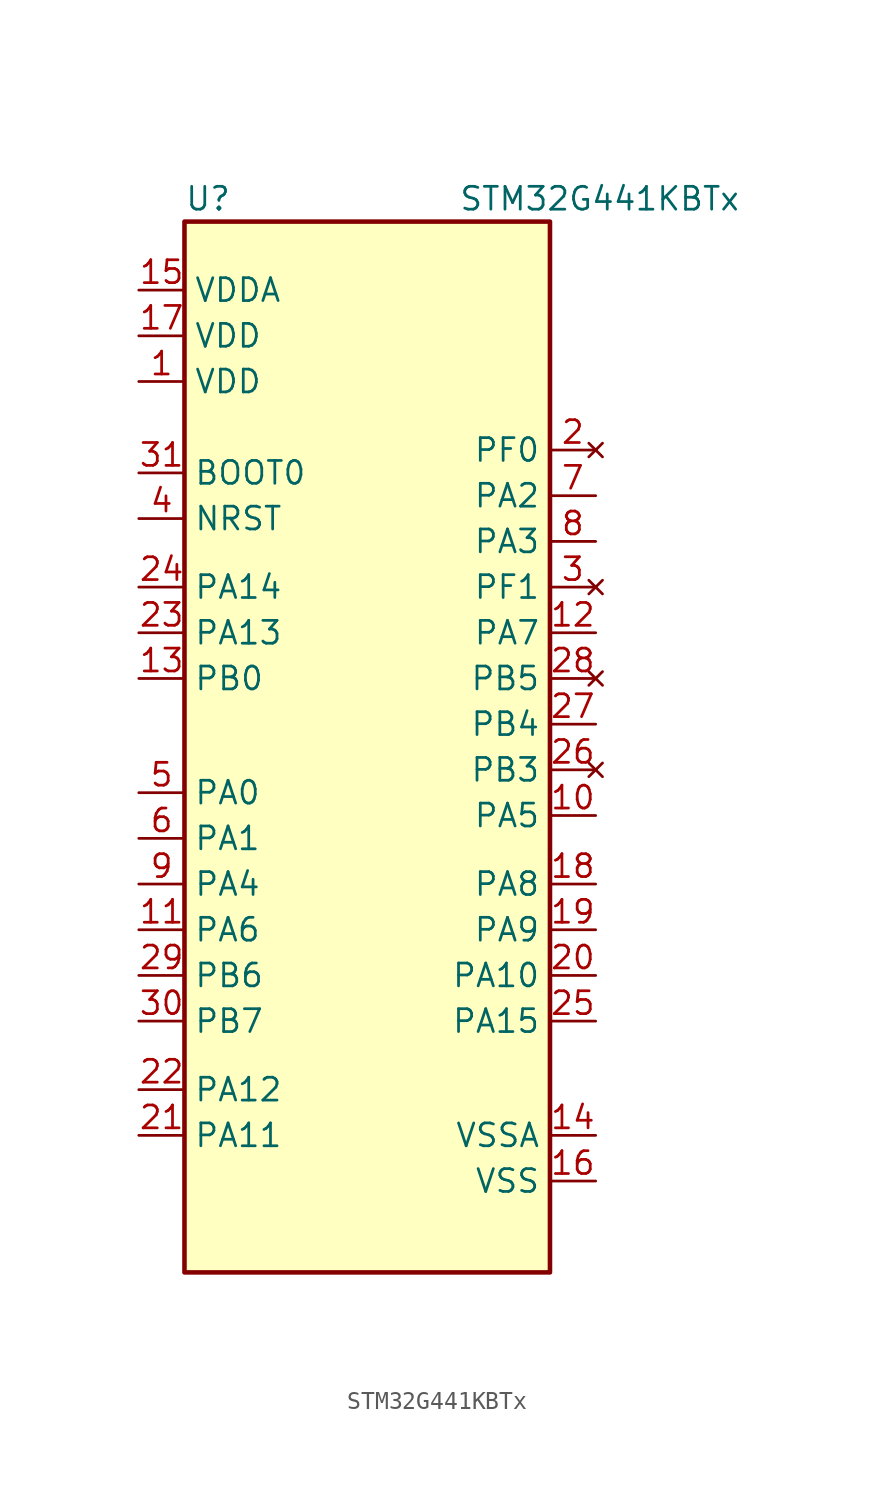
<source format=kicad_sym>
(kicad_symbol_lib
  (version 20241209)
  (generator "kicad_symbol_editor")
  (generator_version "9.0")
  (symbol "STM32G441KBTx"
    (property "Reference" "U"
      (at -10.16 26.67 0)
      (effects (font (size 1.27 1.27)) (justify left)))
    (property "Value" "STM32G441KBTx"
      (at 5.08 26.67 0)
      (effects (font (size 1.27 1.27)) (justify left)))
    (symbol "STM32G441KBTx_0_1"
      (rectangle (start -10.16 25.4) (end 10.16 -33.02) (stroke (width 0.254) (type default)) (fill (type background))))
    (symbol "STM32G441KBTx_1_1"
      (pin passive line (at -12.7 21.59 0) (length 2.54) (name "VDDA" (effects (font (size 1.27 1.27)))) (number "15" (effects (font (size 1.27 1.27)))))
      (pin passive line (at -12.7 19.05 0) (length 2.54) (name "VDD" (effects (font (size 1.27 1.27)))) (number "17" (effects (font (size 1.27 1.27)))))
      (pin passive line (at -12.7 16.51 0) (length 2.54) (name "VDD" (effects (font (size 1.27 1.27)))) (number "1" (effects (font (size 1.27 1.27)))))
      (pin bidirectional line (at -12.7 11.43 0) (length 2.54) (name "BOOT0" (effects (font (size 1.27 1.27)))) (number "31" (effects (font (size 1.27 1.27)))) (alternate "COMP1_OUT" bidirectional line) (alternate "FDCAN1_RX" bidirectional line) (alternate "I2C1_SCL" bidirectional line) (alternate "SAI1_CK1" bidirectional line) (alternate "SAI1_MCLK_A" bidirectional line) (alternate "TIM16_CH1" bidirectional line) (alternate "TIM1_BKIN" bidirectional line) (alternate "TIM4_CH3" bidirectional line) (alternate "TIM8_CH2" bidirectional line))
      (pin bidirectional line (at -12.7 8.89 0) (length 2.54) (name "NRST" (effects (font (size 1.27 1.27)))) (number "4" (effects (font (size 1.27 1.27)))) (alternate "DAC1_EXTI10" bidirectional line) (alternate "DAC3_EXTI10" bidirectional line) (alternate "RCC_MCO" bidirectional line))
      (pin bidirectional line (at -12.7 5.08 0) (length 2.54) (name "PA14" (effects (font (size 1.27 1.27)))) (number "24" (effects (font (size 1.27 1.27)))) (alternate "I2C1_SDA" bidirectional line) (alternate "LPTIM1_OUT" bidirectional line) (alternate "SAI1_FS_B" bidirectional line) (alternate "SYS_JTCK-SWCLK" bidirectional line) (alternate "TIM1_BKIN" bidirectional line) (alternate "TIM8_CH2" bidirectional line) (alternate "USART2_TX" bidirectional line))
      (pin bidirectional line (at -12.7 2.54 0) (length 2.54) (name "PA13" (effects (font (size 1.27 1.27)))) (number "23" (effects (font (size 1.27 1.27)))) (alternate "I2C1_SCL" bidirectional line) (alternate "IR_OUT" bidirectional line) (alternate "SAI1_SD_B" bidirectional line) (alternate "SYS_JTMS-SWDIO" bidirectional line) (alternate "TIM16_CH1N" bidirectional line) (alternate "TIM4_CH3" bidirectional line))
      (pin bidirectional line (at -12.7 0 0) (length 2.54) (name "PB0" (effects (font (size 1.27 1.27)))) (number "13" (effects (font (size 1.27 1.27)))) (alternate "ADC1_IN15" bidirectional line) (alternate "COMP4_INP" bidirectional line) (alternate "OPAMP2_VINP" bidirectional line) (alternate "OPAMP2_VINP_SEC" bidirectional line) (alternate "OPAMP3_VINP" bidirectional line) (alternate "OPAMP3_VINP_SEC" bidirectional line) (alternate "TIM1_CH2N" bidirectional line) (alternate "TIM3_CH3" bidirectional line) (alternate "TIM8_CH2N" bidirectional line) (alternate "UCPD1_FRSTX1" bidirectional line) (alternate "UCPD1_FRSTX2" bidirectional line))
      (pin bidirectional line (at -12.7 -6.35 0) (length 2.54) (name "PA0" (effects (font (size 1.27 1.27)))) (number "5" (effects (font (size 1.27 1.27)))) (alternate "ADC1_IN1" bidirectional line) (alternate "ADC2_IN1" bidirectional line) (alternate "COMP1_INM" bidirectional line) (alternate "COMP1_OUT" bidirectional line) (alternate "COMP3_INP" bidirectional line) (alternate "RTC_TAMP2" bidirectional line) (alternate "SYS_WKUP1" bidirectional line) (alternate "TIM2_CH1" bidirectional line) (alternate "TIM2_ETR" bidirectional line) (alternate "TIM8_BKIN" bidirectional line) (alternate "TIM8_ETR" bidirectional line) (alternate "USART2_CTS" bidirectional line) (alternate "USART2_NSS" bidirectional line))
      (pin bidirectional line (at -12.7 -8.89 0) (length 2.54) (name "PA1" (effects (font (size 1.27 1.27)))) (number "6" (effects (font (size 1.27 1.27)))) (alternate "ADC1_IN2" bidirectional line) (alternate "ADC2_IN2" bidirectional line) (alternate "COMP1_INP" bidirectional line) (alternate "OPAMP1_VINP" bidirectional line) (alternate "OPAMP1_VINP_SEC" bidirectional line) (alternate "OPAMP3_VINP" bidirectional line) (alternate "OPAMP3_VINP_SEC" bidirectional line) (alternate "RTC_REFIN" bidirectional line) (alternate "TIM15_CH1N" bidirectional line) (alternate "TIM2_CH2" bidirectional line) (alternate "USART2_DE" bidirectional line) (alternate "USART2_RTS" bidirectional line))
      (pin bidirectional line (at -12.7 -11.43 0) (length 2.54) (name "PA4" (effects (font (size 1.27 1.27)))) (number "9" (effects (font (size 1.27 1.27)))) (alternate "ADC2_IN17" bidirectional line) (alternate "COMP1_INM" bidirectional line) (alternate "DAC1_OUT1" bidirectional line) (alternate "I2S3_WS" bidirectional line) (alternate "SAI1_FS_B" bidirectional line) (alternate "SPI1_NSS" bidirectional line) (alternate "SPI3_NSS" bidirectional line) (alternate "TIM3_CH2" bidirectional line) (alternate "USART2_CK" bidirectional line))
      (pin bidirectional line (at -12.7 -13.97 0) (length 2.54) (name "PA6" (effects (font (size 1.27 1.27)))) (number "11" (effects (font (size 1.27 1.27)))) (alternate "ADC2_IN3" bidirectional line) (alternate "COMP1_OUT" bidirectional line) (alternate "LPUART1_CTS" bidirectional line) (alternate "OPAMP2_VOUT" bidirectional line) (alternate "SPI1_MISO" bidirectional line) (alternate "TIM16_CH1" bidirectional line) (alternate "TIM1_BKIN" bidirectional line) (alternate "TIM3_CH1" bidirectional line) (alternate "TIM8_BKIN" bidirectional line))
      (pin bidirectional line (at -12.7 -16.51 0) (length 2.54) (name "PB6" (effects (font (size 1.27 1.27)))) (number "29" (effects (font (size 1.27 1.27)))) (alternate "COMP4_OUT" bidirectional line) (alternate "LPTIM1_ETR" bidirectional line) (alternate "SAI1_FS_B" bidirectional line) (alternate "TIM16_CH1N" bidirectional line) (alternate "TIM4_CH1" bidirectional line) (alternate "TIM8_BKIN2" bidirectional line) (alternate "TIM8_CH1" bidirectional line) (alternate "TIM8_ETR" bidirectional line) (alternate "UCPD1_CC1" bidirectional line) (alternate "USART1_TX" bidirectional line))
      (pin bidirectional line (at -12.7 -19.05 0) (length 2.54) (name "PB7" (effects (font (size 1.27 1.27)))) (number "30" (effects (font (size 1.27 1.27)))) (alternate "COMP3_OUT" bidirectional line) (alternate "I2C1_SDA" bidirectional line) (alternate "LPTIM1_IN2" bidirectional line) (alternate "SYS_PVD_IN" bidirectional line) (alternate "TIM17_CH1N" bidirectional line) (alternate "TIM3_CH4" bidirectional line) (alternate "TIM4_CH2" bidirectional line) (alternate "TIM8_BKIN" bidirectional line) (alternate "USART1_RX" bidirectional line))
      (pin bidirectional line (at -12.7 -22.86 0) (length 2.54) (name "PA12" (effects (font (size 1.27 1.27)))) (number "22" (effects (font (size 1.27 1.27)))) (alternate "COMP2_OUT" bidirectional line) (alternate "FDCAN1_TX" bidirectional line) (alternate "I2S_CKIN" bidirectional line) (alternate "TIM16_CH1" bidirectional line) (alternate "TIM1_CH2N" bidirectional line) (alternate "TIM1_ETR" bidirectional line) (alternate "TIM4_CH2" bidirectional line) (alternate "USART1_DE" bidirectional line) (alternate "USART1_RTS" bidirectional line) (alternate "USB_DP" bidirectional line))
      (pin bidirectional line (at -12.7 -25.4 0) (length 2.54) (name "PA11" (effects (font (size 1.27 1.27)))) (number "21" (effects (font (size 1.27 1.27)))) (alternate "ADC1_EXTI11" bidirectional line) (alternate "ADC2_EXTI11" bidirectional line) (alternate "COMP1_OUT" bidirectional line) (alternate "FDCAN1_RX" bidirectional line) (alternate "I2S2_SD" bidirectional line) (alternate "SPI2_MOSI" bidirectional line) (alternate "TIM1_BKIN2" bidirectional line) (alternate "TIM1_CH1N" bidirectional line) (alternate "TIM1_CH4" bidirectional line) (alternate "TIM4_CH1" bidirectional line) (alternate "USART1_CTS" bidirectional line) (alternate "USART1_NSS" bidirectional line) (alternate "USB_DM" bidirectional line))
      (pin no_connect line (at 12.7 12.7 180) (length 2.54) (name "PF0" (effects (font (size 1.27 1.27)))) (number "2" (effects (font (size 1.27 1.27)))) (alternate "ADC1_IN10" bidirectional line) (alternate "I2C2_SDA" bidirectional line) (alternate "I2S2_WS" bidirectional line) (alternate "RCC_OSC_IN" bidirectional line) (alternate "SPI2_NSS" bidirectional line) (alternate "TIM1_CH3N" bidirectional line))
      (pin bidirectional line (at 12.7 10.16 180) (length 2.54) (name "PA2" (effects (font (size 1.27 1.27)))) (number "7" (effects (font (size 1.27 1.27)))) (alternate "ADC1_IN3" bidirectional line) (alternate "COMP2_INM" bidirectional line) (alternate "COMP2_OUT" bidirectional line) (alternate "LPUART1_TX" bidirectional line) (alternate "OPAMP1_VOUT" bidirectional line) (alternate "RCC_LSCO" bidirectional line) (alternate "SYS_WKUP4" bidirectional line) (alternate "TIM15_CH1" bidirectional line) (alternate "TIM2_CH3" bidirectional line) (alternate "UCPD1_FRSTX1" bidirectional line) (alternate "UCPD1_FRSTX2" bidirectional line) (alternate "USART2_TX" bidirectional line))
      (pin bidirectional line (at 12.7 7.62 180) (length 2.54) (name "PA3" (effects (font (size 1.27 1.27)))) (number "8" (effects (font (size 1.27 1.27)))) (alternate "ADC1_IN4" bidirectional line) (alternate "COMP2_INP" bidirectional line) (alternate "LPUART1_RX" bidirectional line) (alternate "OPAMP1_VINM" bidirectional line) (alternate "OPAMP1_VINM0" bidirectional line) (alternate "OPAMP1_VINM_SEC" bidirectional line) (alternate "OPAMP1_VINP" bidirectional line) (alternate "OPAMP1_VINP_SEC" bidirectional line) (alternate "SAI1_CK1" bidirectional line) (alternate "SAI1_MCLK_A" bidirectional line) (alternate "TIM15_CH2" bidirectional line) (alternate "TIM2_CH4" bidirectional line) (alternate "USART2_RX" bidirectional line))
      (pin no_connect line (at 12.7 5.08 180) (length 2.54) (name "PF1" (effects (font (size 1.27 1.27)))) (number "3" (effects (font (size 1.27 1.27)))) (alternate "ADC2_IN10" bidirectional line) (alternate "COMP3_INM" bidirectional line) (alternate "I2S2_CK" bidirectional line) (alternate "RCC_OSC_OUT" bidirectional line) (alternate "SPI2_SCK" bidirectional line))
      (pin bidirectional line (at 12.7 2.54 180) (length 2.54) (name "PA7" (effects (font (size 1.27 1.27)))) (number "12" (effects (font (size 1.27 1.27)))) (alternate "ADC2_IN4" bidirectional line) (alternate "COMP2_INP" bidirectional line) (alternate "COMP2_OUT" bidirectional line) (alternate "OPAMP1_VINP" bidirectional line) (alternate "OPAMP1_VINP_SEC" bidirectional line) (alternate "OPAMP2_VINP" bidirectional line) (alternate "OPAMP2_VINP_SEC" bidirectional line) (alternate "SPI1_MOSI" bidirectional line) (alternate "TIM17_CH1" bidirectional line) (alternate "TIM1_CH1N" bidirectional line) (alternate "TIM3_CH2" bidirectional line) (alternate "TIM8_CH1N" bidirectional line) (alternate "UCPD1_FRSTX1" bidirectional line) (alternate "UCPD1_FRSTX2" bidirectional line))
      (pin no_connect line (at 12.7 0 180) (length 2.54) (name "PB5" (effects (font (size 1.27 1.27)))) (number "28" (effects (font (size 1.27 1.27)))) (alternate "I2C1_SMBA" bidirectional line) (alternate "I2C3_SDA" bidirectional line) (alternate "I2S3_SD" bidirectional line) (alternate "LPTIM1_IN1" bidirectional line) (alternate "SAI1_SD_B" bidirectional line) (alternate "SPI1_MOSI" bidirectional line) (alternate "SPI3_MOSI" bidirectional line) (alternate "TIM16_BKIN" bidirectional line) (alternate "TIM17_CH1" bidirectional line) (alternate "TIM3_CH2" bidirectional line) (alternate "TIM8_CH3N" bidirectional line) (alternate "USART2_CK" bidirectional line))
      (pin bidirectional line (at 12.7 -2.54 180) (length 2.54) (name "PB4" (effects (font (size 1.27 1.27)))) (number "27" (effects (font (size 1.27 1.27)))) (alternate "SAI1_MCLK_B" bidirectional line) (alternate "SPI1_MISO" bidirectional line) (alternate "SPI3_MISO" bidirectional line) (alternate "SYS_JTRST" bidirectional line) (alternate "TIM16_CH1" bidirectional line) (alternate "TIM17_BKIN" bidirectional line) (alternate "TIM3_CH1" bidirectional line) (alternate "TIM8_CH2N" bidirectional line) (alternate "UCPD1_CC2" bidirectional line) (alternate "USART2_RX" bidirectional line))
      (pin no_connect line (at 12.7 -5.08 180) (length 2.54) (name "PB3" (effects (font (size 1.27 1.27)))) (number "26" (effects (font (size 1.27 1.27)))) (alternate "CRS_SYNC" bidirectional line) (alternate "I2S3_CK" bidirectional line) (alternate "SAI1_SCK_B" bidirectional line) (alternate "SPI1_SCK" bidirectional line) (alternate "SPI3_SCK" bidirectional line) (alternate "SYS_JTDO-SWO" bidirectional line) (alternate "TIM2_CH2" bidirectional line) (alternate "TIM3_ETR" bidirectional line) (alternate "TIM4_ETR" bidirectional line) (alternate "TIM8_CH1N" bidirectional line) (alternate "USART2_TX" bidirectional line))
      (pin bidirectional line (at 12.7 -7.62 180) (length 2.54) (name "PA5" (effects (font (size 1.27 1.27)))) (number "10" (effects (font (size 1.27 1.27)))) (alternate "ADC2_IN13" bidirectional line) (alternate "COMP2_INM" bidirectional line) (alternate "DAC1_OUT2" bidirectional line) (alternate "OPAMP2_VINM" bidirectional line) (alternate "OPAMP2_VINM0" bidirectional line) (alternate "OPAMP2_VINM_SEC" bidirectional line) (alternate "SPI1_SCK" bidirectional line) (alternate "TIM2_CH1" bidirectional line) (alternate "TIM2_ETR" bidirectional line) (alternate "UCPD1_FRSTX1" bidirectional line) (alternate "UCPD1_FRSTX2" bidirectional line))
      (pin bidirectional line (at 12.7 -11.43 180) (length 2.54) (name "PA8" (effects (font (size 1.27 1.27)))) (number "18" (effects (font (size 1.27 1.27)))) (alternate "I2C2_SDA" bidirectional line) (alternate "I2C3_SCL" bidirectional line) (alternate "I2S2_MCK" bidirectional line) (alternate "RCC_MCO" bidirectional line) (alternate "SAI1_CK2" bidirectional line) (alternate "SAI1_SCK_A" bidirectional line) (alternate "TIM1_CH1" bidirectional line) (alternate "TIM4_ETR" bidirectional line) (alternate "USART1_CK" bidirectional line))
      (pin bidirectional line (at 12.7 -13.97 180) (length 2.54) (name "PA9" (effects (font (size 1.27 1.27)))) (number "19" (effects (font (size 1.27 1.27)))) (alternate "DAC1_EXTI9" bidirectional line) (alternate "DAC3_EXTI9" bidirectional line) (alternate "I2C2_SCL" bidirectional line) (alternate "I2C3_SMBA" bidirectional line) (alternate "I2S3_MCK" bidirectional line) (alternate "SAI1_FS_A" bidirectional line) (alternate "TIM15_BKIN" bidirectional line) (alternate "TIM1_CH2" bidirectional line) (alternate "TIM2_CH3" bidirectional line) (alternate "UCPD1_DBCC1" bidirectional line) (alternate "USART1_TX" bidirectional line))
      (pin bidirectional line (at 12.7 -16.51 180) (length 2.54) (name "PA10" (effects (font (size 1.27 1.27)))) (number "20" (effects (font (size 1.27 1.27)))) (alternate "CRS_SYNC" bidirectional line) (alternate "DAC1_EXTI10" bidirectional line) (alternate "DAC3_EXTI10" bidirectional line) (alternate "I2C2_SMBA" bidirectional line) (alternate "SAI1_D1" bidirectional line) (alternate "SAI1_SD_A" bidirectional line) (alternate "SPI2_MISO" bidirectional line) (alternate "TIM17_BKIN" bidirectional line) (alternate "TIM1_CH3" bidirectional line) (alternate "TIM2_CH4" bidirectional line) (alternate "TIM8_BKIN" bidirectional line) (alternate "UCPD1_DBCC2" bidirectional line) (alternate "USART1_RX" bidirectional line))
      (pin bidirectional line (at 12.7 -19.05 180) (length 2.54) (name "PA15" (effects (font (size 1.27 1.27)))) (number "25" (effects (font (size 1.27 1.27)))) (alternate "ADC1_EXTI15" bidirectional line) (alternate "ADC2_EXTI15" bidirectional line) (alternate "I2C1_SCL" bidirectional line) (alternate "I2S3_WS" bidirectional line) (alternate "SPI1_NSS" bidirectional line) (alternate "SPI3_NSS" bidirectional line) (alternate "SYS_JTDI" bidirectional line) (alternate "TIM1_BKIN" bidirectional line) (alternate "TIM2_CH1" bidirectional line) (alternate "TIM2_ETR" bidirectional line) (alternate "TIM8_CH1" bidirectional line) (alternate "USART2_RX" bidirectional line))
      (pin passive line (at 12.7 -25.4 180) (length 2.54) (name "VSSA" (effects (font (size 1.27 1.27)))) (number "14" (effects (font (size 1.27 1.27)))))
      (pin passive line (at 12.7 -27.94 180) (length 2.54) (name "VSS" (effects (font (size 1.27 1.27)))) (number "16" (effects (font (size 1.27 1.27)))))
      (pin passive line (at 12.7 -27.94 180) (length 2.54) (hide yes) (name "VSS" (effects (font (size 1.27 1.27)))) (number "32" (effects (font (size 1.27 1.27))))))))
</source>
